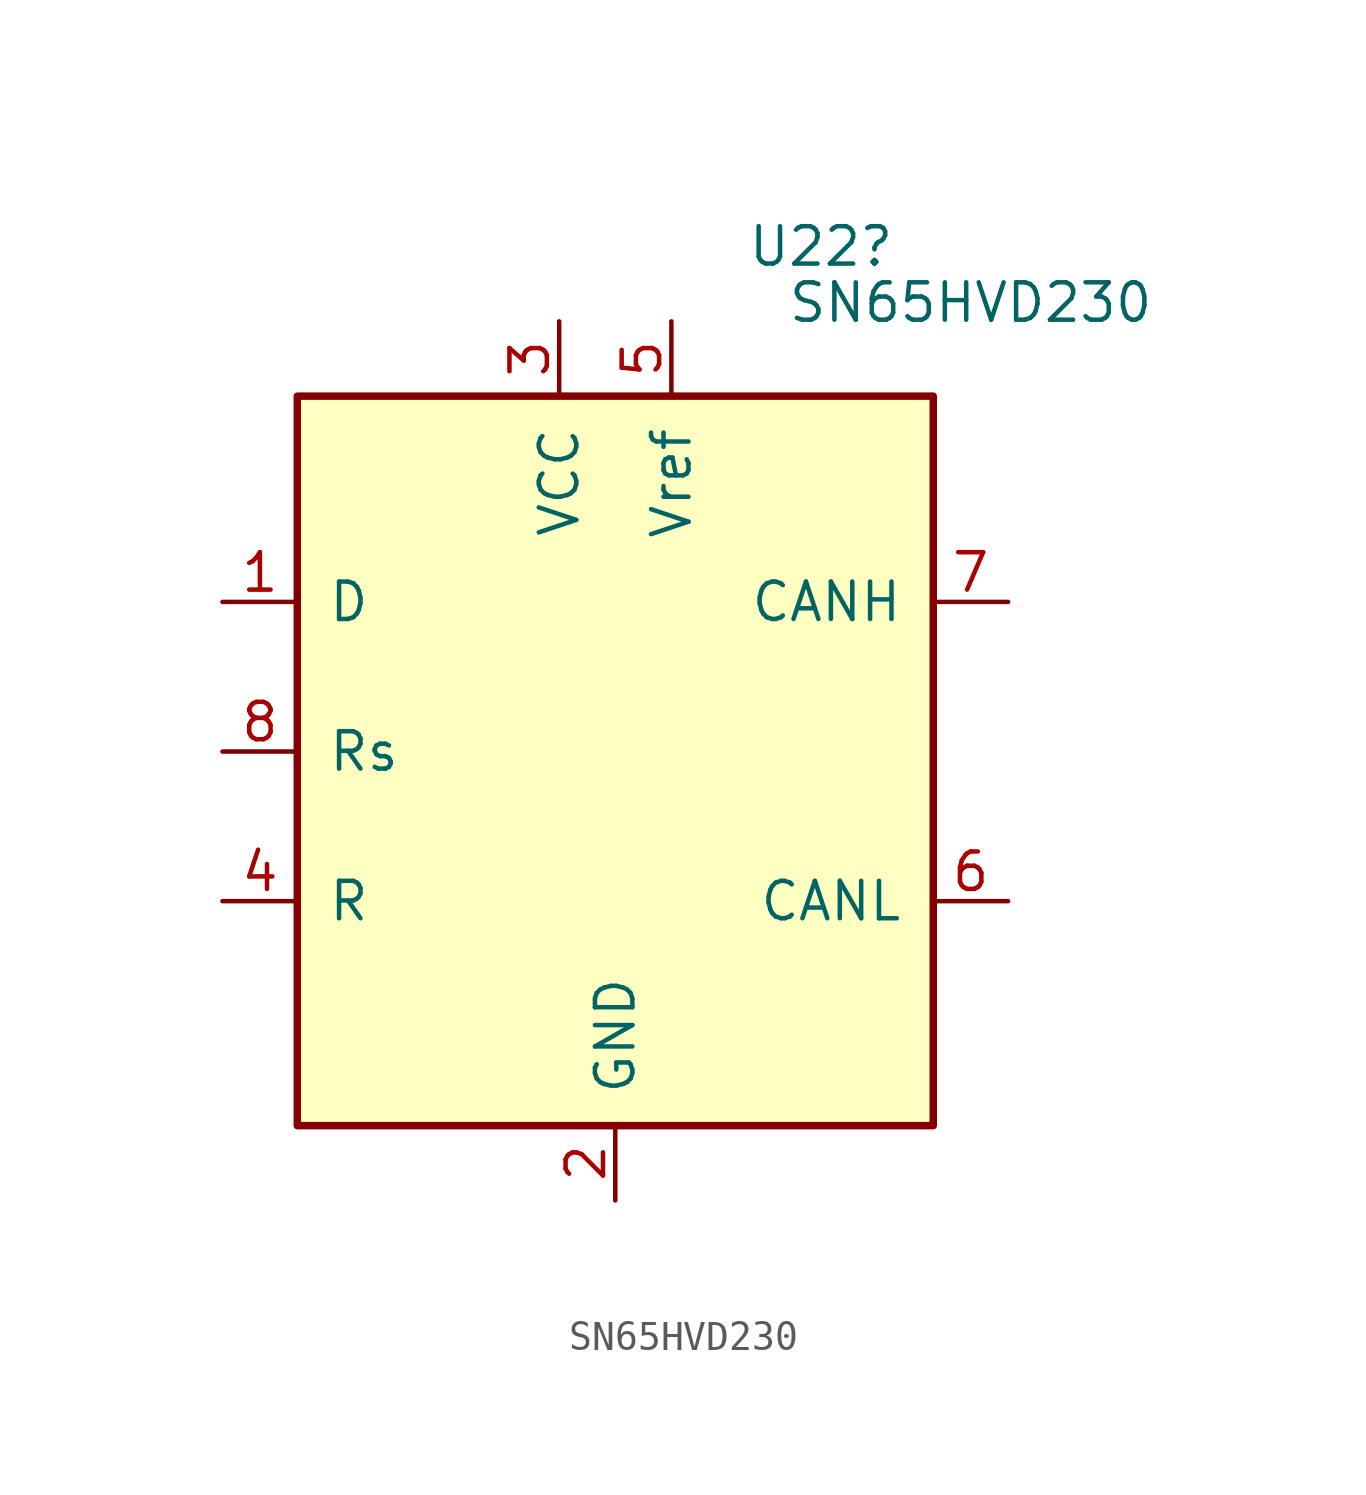
<source format=kicad_sym>
(kicad_symbol_lib
  (version 20211014)
  (generator kicad_symbol_editor)
  (symbol "SN65HVD230"
    (pin_names
      (offset 1.016))
    (property "Reference" "U22"
      (at 6.985 17.145 0)
      (effects (font (size 1.27 1.27))))
    (property "Value" "SN65HVD230"
      (at 12.065 15.24 0)
      (effects (font (size 1.27 1.27))))
    (symbol "SN65HVD230_0_1"
      (rectangle (start -10.795 12.065) (end 10.795 -12.7) (stroke (width 0.254) (type default) (color 0 0 0 0)) (fill (type background))))
    (symbol "SN65HVD230_1_1"
      (pin input line (at -13.335 5.08 0) (length 2.54) (name "D" (effects (font (size 1.27 1.27)))) (number "1" (effects (font (size 1.27 1.27)))))
      (pin power_in line (at 0 -15.24 90) (length 2.54) (name "GND" (effects (font (size 1.27 1.27)))) (number "2" (effects (font (size 1.27 1.27)))))
      (pin power_in line (at -1.905 14.605 270) (length 2.54) (name "VCC" (effects (font (size 1.27 1.27)))) (number "3" (effects (font (size 1.27 1.27)))))
      (pin output line (at -13.335 -5.08 0) (length 2.54) (name "R" (effects (font (size 1.27 1.27)))) (number "4" (effects (font (size 1.27 1.27)))))
      (pin output line (at 1.905 14.605 270) (length 2.54) (name "Vref" (effects (font (size 1.27 1.27)))) (number "5" (effects (font (size 1.27 1.27)))))
      (pin bidirectional line (at 13.335 -5.08 180) (length 2.54) (name "CANL" (effects (font (size 1.27 1.27)))) (number "6" (effects (font (size 1.27 1.27)))))
      (pin bidirectional line (at 13.335 5.08 180) (length 2.54) (name "CANH" (effects (font (size 1.27 1.27)))) (number "7" (effects (font (size 1.27 1.27)))))
      (pin input line (at -13.335 0 0) (length 2.54) (name "Rs" (effects (font (size 1.27 1.27)))) (number "8" (effects (font (size 1.27 1.27))))))))
</source>
